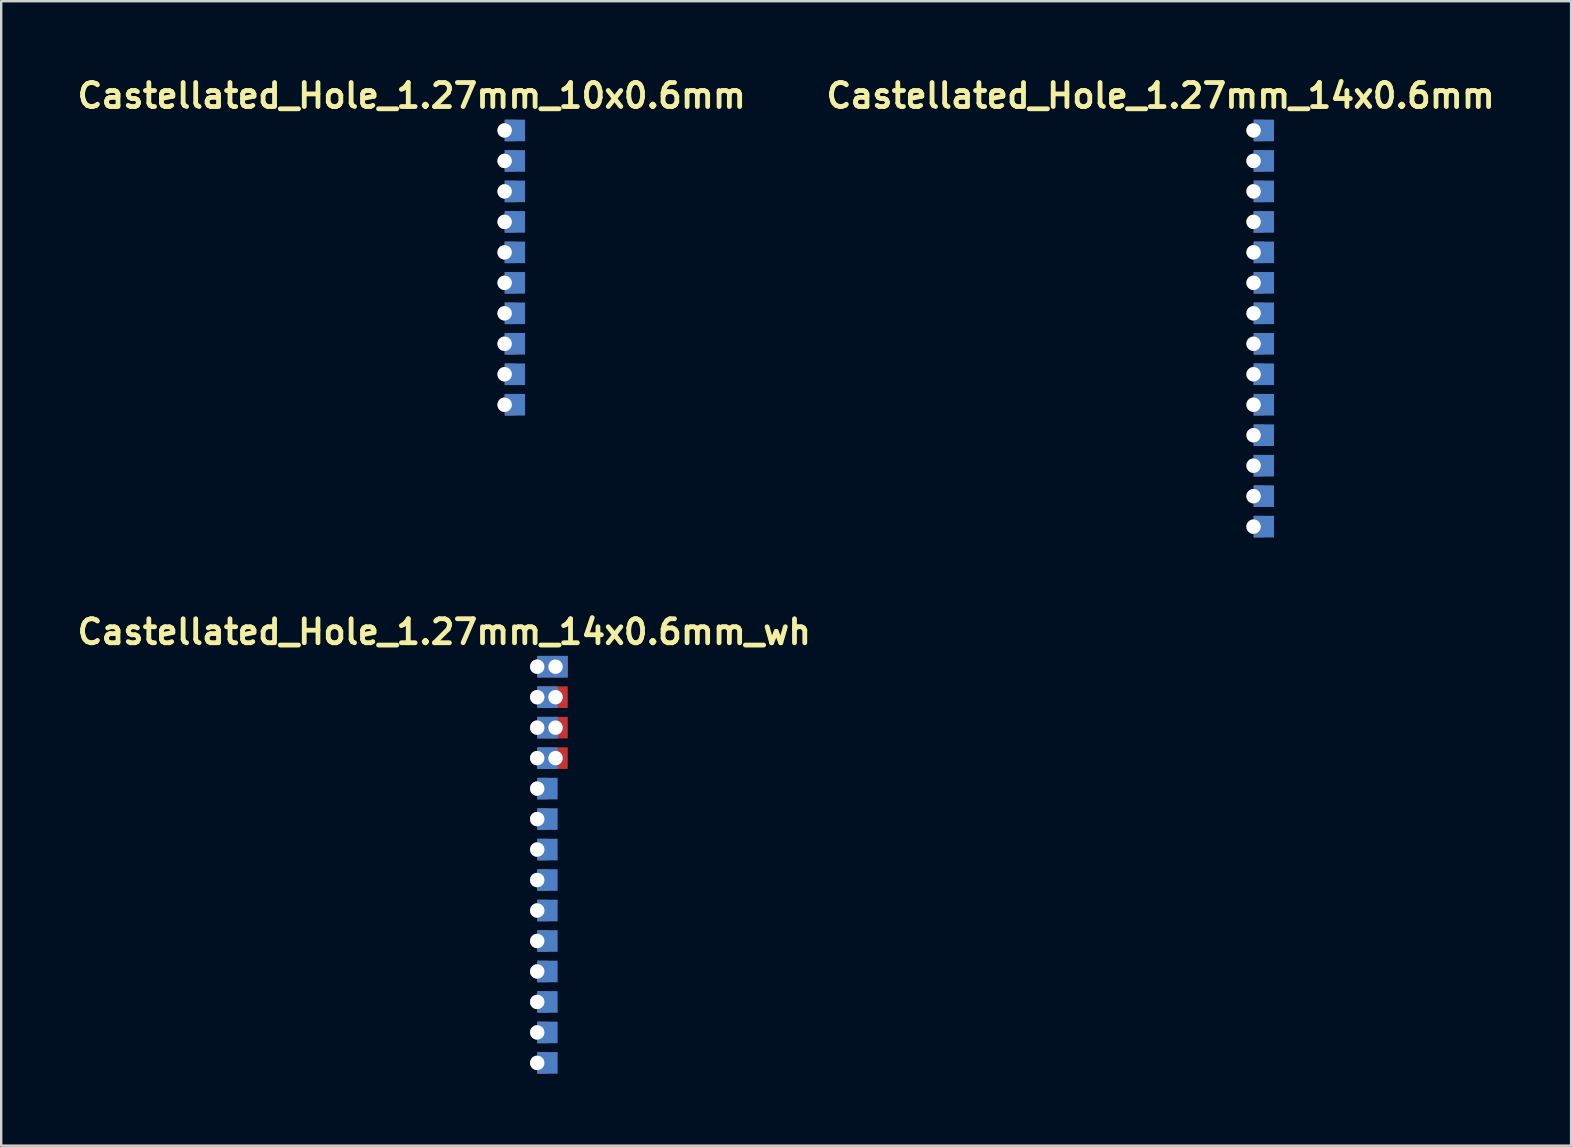
<source format=kicad_pcb>
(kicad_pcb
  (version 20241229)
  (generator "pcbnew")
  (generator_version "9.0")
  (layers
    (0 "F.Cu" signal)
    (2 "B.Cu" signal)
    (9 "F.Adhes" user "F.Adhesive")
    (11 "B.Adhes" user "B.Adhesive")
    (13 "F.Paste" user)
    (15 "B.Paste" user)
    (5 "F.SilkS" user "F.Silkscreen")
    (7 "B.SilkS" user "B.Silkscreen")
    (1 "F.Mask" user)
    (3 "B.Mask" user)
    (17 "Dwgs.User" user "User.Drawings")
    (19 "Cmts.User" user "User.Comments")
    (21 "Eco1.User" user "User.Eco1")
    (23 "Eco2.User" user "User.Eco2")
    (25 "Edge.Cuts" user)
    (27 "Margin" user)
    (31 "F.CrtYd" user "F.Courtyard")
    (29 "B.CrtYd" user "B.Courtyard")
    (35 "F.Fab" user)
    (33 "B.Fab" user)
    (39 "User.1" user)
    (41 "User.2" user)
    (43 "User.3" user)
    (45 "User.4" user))
  (footprint "Castellated_Hole_1.27mm_10x0.6mm"
    (layer "F.Cu")
    (at 17.98 2.386)
    (property "Reference" "Castellated_Hole_1.27mm_10x0.6mm" (at -3.875 -1.45 0) (layer "F.SilkS") (effects (font (size 1 1) (thickness 0.2))))
    (attr smd)
    (pad "1" thru_hole circle (at 0 0) (size 0.603 0.603) (drill 0.6) (layers "*.Cu" "*.Mask"))
    (pad "1" smd rect (at 0.225 0) (size 0.45 0.9) (layers "F.Cu" "F.Mask" "F.Paste"))
    (pad "1" smd rect (at 0.425 0) (size 0.85 0.9) (layers "B.Cu" "B.Mask" "B.Paste"))
    (pad "2" thru_hole circle (at 0 1.27) (size 0.603 0.603) (drill 0.6) (layers "*.Cu" "*.Mask"))
    (pad "2" smd rect (at 0.225 1.27) (size 0.45 0.9) (layers "F.Cu" "F.Mask" "F.Paste"))
    (pad "2" smd rect (at 0.425 1.27) (size 0.85 0.9) (layers "B.Cu" "B.Mask" "B.Paste"))
    (pad "3" thru_hole circle (at 0 2.54) (size 0.603 0.603) (drill 0.6) (layers "*.Cu" "*.Mask"))
    (pad "3" smd rect (at 0.225 2.54) (size 0.45 0.9) (layers "F.Cu" "F.Mask" "F.Paste"))
    (pad "3" smd rect (at 0.425 2.54) (size 0.85 0.9) (layers "B.Cu" "B.Mask" "B.Paste"))
    (pad "4" thru_hole circle (at 0 3.81) (size 0.603 0.603) (drill 0.6) (layers "*.Cu" "*.Mask"))
    (pad "4" smd rect (at 0.225 3.81) (size 0.45 0.9) (layers "F.Cu" "F.Mask" "F.Paste"))
    (pad "4" smd rect (at 0.425 3.81) (size 0.85 0.9) (layers "B.Cu" "B.Mask" "B.Paste"))
    (pad "5" thru_hole circle (at 0 5.08) (size 0.603 0.603) (drill 0.6) (layers "*.Cu" "*.Mask"))
    (pad "5" smd rect (at 0.225 5.08) (size 0.45 0.9) (layers "F.Cu" "F.Mask" "F.Paste"))
    (pad "5" smd rect (at 0.425 5.08) (size 0.85 0.9) (layers "B.Cu" "B.Mask" "B.Paste"))
    (pad "6" thru_hole circle (at 0 6.35) (size 0.603 0.603) (drill 0.6) (layers "*.Cu" "*.Mask"))
    (pad "6" smd rect (at 0.225 6.35) (size 0.45 0.9) (layers "F.Cu" "F.Mask" "F.Paste"))
    (pad "6" smd rect (at 0.425 6.35) (size 0.85 0.9) (layers "B.Cu" "B.Mask" "B.Paste"))
    (pad "7" thru_hole circle (at 0 7.62) (size 0.603 0.603) (drill 0.6) (layers "*.Cu" "*.Mask"))
    (pad "7" smd rect (at 0.225 7.62) (size 0.45 0.9) (layers "F.Cu" "F.Mask" "F.Paste"))
    (pad "7" smd rect (at 0.425 7.62) (size 0.85 0.9) (layers "B.Cu" "B.Mask" "B.Paste"))
    (pad "8" thru_hole circle (at 0 8.89) (size 0.603 0.603) (drill 0.6) (layers "*.Cu" "*.Mask"))
    (pad "8" smd rect (at 0.225 8.89) (size 0.45 0.9) (layers "F.Cu" "F.Mask" "F.Paste"))
    (pad "8" smd rect (at 0.425 8.89) (size 0.85 0.9) (layers "B.Cu" "B.Mask" "B.Paste"))
    (pad "9" thru_hole circle (at 0 10.16) (size 0.603 0.603) (drill 0.6) (layers "*.Cu" "*.Mask"))
    (pad "9" smd rect (at 0.225 10.16) (size 0.45 0.9) (layers "F.Cu" "F.Mask" "F.Paste"))
    (pad "9" smd rect (at 0.425 10.16) (size 0.85 0.9) (layers "B.Cu" "B.Mask" "B.Paste"))
    (pad "10" thru_hole circle (at 0 11.43) (size 0.603 0.603) (drill 0.6) (layers "*.Cu" "*.Mask"))
    (pad "10" smd rect (at 0.225 11.43) (size 0.45 0.9) (layers "F.Cu" "F.Mask" "F.Paste"))
    (pad "10" smd rect (at 0.425 11.43) (size 0.85 0.9) (layers "B.Cu" "B.Mask" "B.Paste")))
  (footprint "Castellated_Hole_1.27mm_14x0.6mm_wh"
    (layer "F.Cu")
    (at 19.337 24.732)
    (property "Reference" "Castellated_Hole_1.27mm_14x0.6mm_wh" (at -3.875 -1.45 0) (layer "F.SilkS") (effects (font (size 1 1) (thickness 0.2))))
    (attr smd)
    (pad "1" thru_hole circle (at 0 0) (size 0.603 0.603) (drill 0.6) (layers "*.Cu" "*.Mask"))
    (pad "1" smd rect (at 0.635 0) (size 1.27 0.9) (layers "F.Cu" "F.Mask" "F.Paste"))
    (pad "1" smd rect (at 0.635 0) (size 1.27 0.9) (layers "B.Cu" "B.Mask" "B.Paste"))
    (pad "1" thru_hole circle (at 0.762 0) (size 0.603 0.603) (drill 0.6) (layers "*.Cu" "*.Mask"))
    (pad "2" thru_hole circle (at 0 1.27) (size 0.603 0.603) (drill 0.6) (layers "*.Cu" "*.Mask"))
    (pad "2" smd rect (at 0.425 1.27) (size 0.85 0.9) (layers "B.Cu" "B.Mask" "B.Paste"))
    (pad "2" smd rect (at 0.635 1.27) (size 1.27 0.9) (layers "F.Cu" "F.Mask" "F.Paste"))
    (pad "2" thru_hole circle (at 0.762 1.27) (size 0.603 0.603) (drill 0.6) (layers "*.Cu" "*.Mask"))
    (pad "3" thru_hole circle (at 0 2.54) (size 0.603 0.603) (drill 0.6) (layers "*.Cu" "*.Mask"))
    (pad "3" smd rect (at 0.425 2.54) (size 0.85 0.9) (layers "B.Cu" "B.Mask" "B.Paste"))
    (pad "3" smd rect (at 0.635 2.54) (size 1.27 0.9) (layers "F.Cu" "F.Mask" "F.Paste"))
    (pad "3" thru_hole circle (at 0.762 2.54) (size 0.603 0.603) (drill 0.6) (layers "*.Cu" "*.Mask"))
    (pad "3" thru_hole circle (at 0.762 3.81) (size 0.603 0.603) (drill 0.6) (layers "*.Cu" "*.Mask"))
    (pad "4" thru_hole circle (at 0 3.81) (size 0.603 0.603) (drill 0.6) (layers "*.Cu" "*.Mask"))
    (pad "4" smd rect (at 0.425 3.81) (size 0.85 0.9) (layers "B.Cu" "B.Mask" "B.Paste"))
    (pad "4" smd rect (at 0.635 3.81) (size 1.27 0.9) (layers "F.Cu" "F.Mask" "F.Paste"))
    (pad "5" thru_hole circle (at 0 5.08) (size 0.603 0.603) (drill 0.6) (layers "*.Cu" "*.Mask"))
    (pad "5" smd rect (at 0.225 5.08) (size 0.45 0.9) (layers "F.Cu" "F.Mask" "F.Paste"))
    (pad "5" smd rect (at 0.425 5.08) (size 0.85 0.9) (layers "B.Cu" "B.Mask" "B.Paste"))
    (pad "6" thru_hole circle (at 0 6.35) (size 0.603 0.603) (drill 0.6) (layers "*.Cu" "*.Mask"))
    (pad "6" smd rect (at 0.225 6.35) (size 0.45 0.9) (layers "F.Cu" "F.Mask" "F.Paste"))
    (pad "6" smd rect (at 0.425 6.35) (size 0.85 0.9) (layers "B.Cu" "B.Mask" "B.Paste"))
    (pad "7" thru_hole circle (at 0 7.62) (size 0.603 0.603) (drill 0.6) (layers "*.Cu" "*.Mask"))
    (pad "7" smd rect (at 0.225 7.62) (size 0.45 0.9) (layers "F.Cu" "F.Mask" "F.Paste"))
    (pad "7" smd rect (at 0.425 7.62) (size 0.85 0.9) (layers "B.Cu" "B.Mask" "B.Paste"))
    (pad "8" thru_hole circle (at 0 8.89) (size 0.603 0.603) (drill 0.6) (layers "*.Cu" "*.Mask"))
    (pad "8" smd rect (at 0.225 8.89) (size 0.45 0.9) (layers "F.Cu" "F.Mask" "F.Paste"))
    (pad "8" smd rect (at 0.425 8.89) (size 0.85 0.9) (layers "B.Cu" "B.Mask" "B.Paste"))
    (pad "9" thru_hole circle (at 0 10.16) (size 0.603 0.603) (drill 0.6) (layers "*.Cu" "*.Mask"))
    (pad "9" smd rect (at 0.225 10.16) (size 0.45 0.9) (layers "F.Cu" "F.Mask" "F.Paste"))
    (pad "9" smd rect (at 0.425 10.16) (size 0.85 0.9) (layers "B.Cu" "B.Mask" "B.Paste"))
    (pad "10" thru_hole circle (at 0 11.43) (size 0.603 0.603) (drill 0.6) (layers "*.Cu" "*.Mask"))
    (pad "10" smd rect (at 0.225 11.43) (size 0.45 0.9) (layers "F.Cu" "F.Mask" "F.Paste"))
    (pad "10" smd rect (at 0.425 11.43) (size 0.85 0.9) (layers "B.Cu" "B.Mask" "B.Paste"))
    (pad "11" thru_hole circle (at 0 12.7) (size 0.603 0.603) (drill 0.6) (layers "*.Cu" "*.Mask"))
    (pad "11" smd rect (at 0.225 12.7) (size 0.45 0.9) (layers "F.Cu" "F.Mask" "F.Paste"))
    (pad "11" smd rect (at 0.425 12.7) (size 0.85 0.9) (layers "B.Cu" "B.Mask" "B.Paste"))
    (pad "12" thru_hole circle (at 0 13.97) (size 0.603 0.603) (drill 0.6) (layers "*.Cu" "*.Mask"))
    (pad "12" smd rect (at 0.225 13.97) (size 0.45 0.9) (layers "F.Cu" "F.Mask" "F.Paste"))
    (pad "12" smd rect (at 0.425 13.97) (size 0.85 0.9) (layers "B.Cu" "B.Mask" "B.Paste"))
    (pad "13" thru_hole circle (at 0 15.24) (size 0.603 0.603) (drill 0.6) (layers "*.Cu" "*.Mask"))
    (pad "13" smd rect (at 0.225 15.24) (size 0.45 0.9) (layers "F.Cu" "F.Mask" "F.Paste"))
    (pad "13" smd rect (at 0.425 15.24) (size 0.85 0.9) (layers "B.Cu" "B.Mask" "B.Paste"))
    (pad "14" thru_hole circle (at 0 16.51) (size 0.603 0.603) (drill 0.6) (layers "*.Cu" "*.Mask"))
    (pad "14" smd rect (at 0.225 16.51) (size 0.45 0.9) (layers "F.Cu" "F.Mask" "F.Paste"))
    (pad "14" smd rect (at 0.425 16.51) (size 0.85 0.9) (layers "B.Cu" "B.Mask" "B.Paste")))
  (footprint "Castellated_Hole_1.27mm_14x0.6mm"
    (layer "F.Cu")
    (at 49.189 2.386)
    (property "Reference" "Castellated_Hole_1.27mm_14x0.6mm" (at -3.875 -1.45 0) (layer "F.SilkS") (effects (font (size 1 1) (thickness 0.2))))
    (attr smd)
    (pad "1" thru_hole circle (at 0 0) (size 0.603 0.603) (drill 0.6) (layers "*.Cu" "*.Mask"))
    (pad "1" smd rect (at 0.225 0) (size 0.45 0.9) (layers "F.Cu" "F.Mask" "F.Paste"))
    (pad "1" smd rect (at 0.425 0) (size 0.85 0.9) (layers "B.Cu" "B.Mask" "B.Paste"))
    (pad "2" thru_hole circle (at 0 1.27) (size 0.603 0.603) (drill 0.6) (layers "*.Cu" "*.Mask"))
    (pad "2" smd rect (at 0.225 1.27) (size 0.45 0.9) (layers "F.Cu" "F.Mask" "F.Paste"))
    (pad "2" smd rect (at 0.425 1.27) (size 0.85 0.9) (layers "B.Cu" "B.Mask" "B.Paste"))
    (pad "3" thru_hole circle (at 0 2.54) (size 0.603 0.603) (drill 0.6) (layers "*.Cu" "*.Mask"))
    (pad "3" smd rect (at 0.225 2.54) (size 0.45 0.9) (layers "F.Cu" "F.Mask" "F.Paste"))
    (pad "3" smd rect (at 0.425 2.54) (size 0.85 0.9) (layers "B.Cu" "B.Mask" "B.Paste"))
    (pad "4" thru_hole circle (at 0 3.81) (size 0.603 0.603) (drill 0.6) (layers "*.Cu" "*.Mask"))
    (pad "4" smd rect (at 0.225 3.81) (size 0.45 0.9) (layers "F.Cu" "F.Mask" "F.Paste"))
    (pad "4" smd rect (at 0.425 3.81) (size 0.85 0.9) (layers "B.Cu" "B.Mask" "B.Paste"))
    (pad "5" thru_hole circle (at 0 5.08) (size 0.603 0.603) (drill 0.6) (layers "*.Cu" "*.Mask"))
    (pad "5" smd rect (at 0.225 5.08) (size 0.45 0.9) (layers "F.Cu" "F.Mask" "F.Paste"))
    (pad "5" smd rect (at 0.425 5.08) (size 0.85 0.9) (layers "B.Cu" "B.Mask" "B.Paste"))
    (pad "6" thru_hole circle (at 0 6.35) (size 0.603 0.603) (drill 0.6) (layers "*.Cu" "*.Mask"))
    (pad "6" smd rect (at 0.225 6.35) (size 0.45 0.9) (layers "F.Cu" "F.Mask" "F.Paste"))
    (pad "6" smd rect (at 0.425 6.35) (size 0.85 0.9) (layers "B.Cu" "B.Mask" "B.Paste"))
    (pad "7" thru_hole circle (at 0 7.62) (size 0.603 0.603) (drill 0.6) (layers "*.Cu" "*.Mask"))
    (pad "7" smd rect (at 0.225 7.62) (size 0.45 0.9) (layers "F.Cu" "F.Mask" "F.Paste"))
    (pad "7" smd rect (at 0.425 7.62) (size 0.85 0.9) (layers "B.Cu" "B.Mask" "B.Paste"))
    (pad "8" thru_hole circle (at 0 8.89) (size 0.603 0.603) (drill 0.6) (layers "*.Cu" "*.Mask"))
    (pad "8" smd rect (at 0.225 8.89) (size 0.45 0.9) (layers "F.Cu" "F.Mask" "F.Paste"))
    (pad "8" smd rect (at 0.425 8.89) (size 0.85 0.9) (layers "B.Cu" "B.Mask" "B.Paste"))
    (pad "9" thru_hole circle (at 0 10.16) (size 0.603 0.603) (drill 0.6) (layers "*.Cu" "*.Mask"))
    (pad "9" smd rect (at 0.225 10.16) (size 0.45 0.9) (layers "F.Cu" "F.Mask" "F.Paste"))
    (pad "9" smd rect (at 0.425 10.16) (size 0.85 0.9) (layers "B.Cu" "B.Mask" "B.Paste"))
    (pad "10" thru_hole circle (at 0 11.43) (size 0.603 0.603) (drill 0.6) (layers "*.Cu" "*.Mask"))
    (pad "10" smd rect (at 0.225 11.43) (size 0.45 0.9) (layers "F.Cu" "F.Mask" "F.Paste"))
    (pad "10" smd rect (at 0.425 11.43) (size 0.85 0.9) (layers "B.Cu" "B.Mask" "B.Paste"))
    (pad "11" thru_hole circle (at 0 12.7) (size 0.603 0.603) (drill 0.6) (layers "*.Cu" "*.Mask"))
    (pad "11" smd rect (at 0.225 12.7) (size 0.45 0.9) (layers "F.Cu" "F.Mask" "F.Paste"))
    (pad "11" smd rect (at 0.425 12.7) (size 0.85 0.9) (layers "B.Cu" "B.Mask" "B.Paste"))
    (pad "12" thru_hole circle (at 0 13.97) (size 0.603 0.603) (drill 0.6) (layers "*.Cu" "*.Mask"))
    (pad "12" smd rect (at 0.225 13.97) (size 0.45 0.9) (layers "F.Cu" "F.Mask" "F.Paste"))
    (pad "12" smd rect (at 0.425 13.97) (size 0.85 0.9) (layers "B.Cu" "B.Mask" "B.Paste"))
    (pad "13" thru_hole circle (at 0 15.24) (size 0.603 0.603) (drill 0.6) (layers "*.Cu" "*.Mask"))
    (pad "13" smd rect (at 0.225 15.24) (size 0.45 0.9) (layers "F.Cu" "F.Mask" "F.Paste"))
    (pad "13" smd rect (at 0.425 15.24) (size 0.85 0.9) (layers "B.Cu" "B.Mask" "B.Paste"))
    (pad "14" thru_hole circle (at 0 16.51) (size 0.603 0.603) (drill 0.6) (layers "*.Cu" "*.Mask"))
    (pad "14" smd rect (at 0.225 16.51) (size 0.45 0.9) (layers "F.Cu" "F.Mask" "F.Paste"))
    (pad "14" smd rect (at 0.425 16.51) (size 0.85 0.9) (layers "B.Cu" "B.Mask" "B.Paste")))
  (gr_rect
    (start -3 -3)
    (end 62.419 44.692)
    (stroke (width 0.1) (type default))
    (fill no)
    (layer "Edge.Cuts")))
</source>
